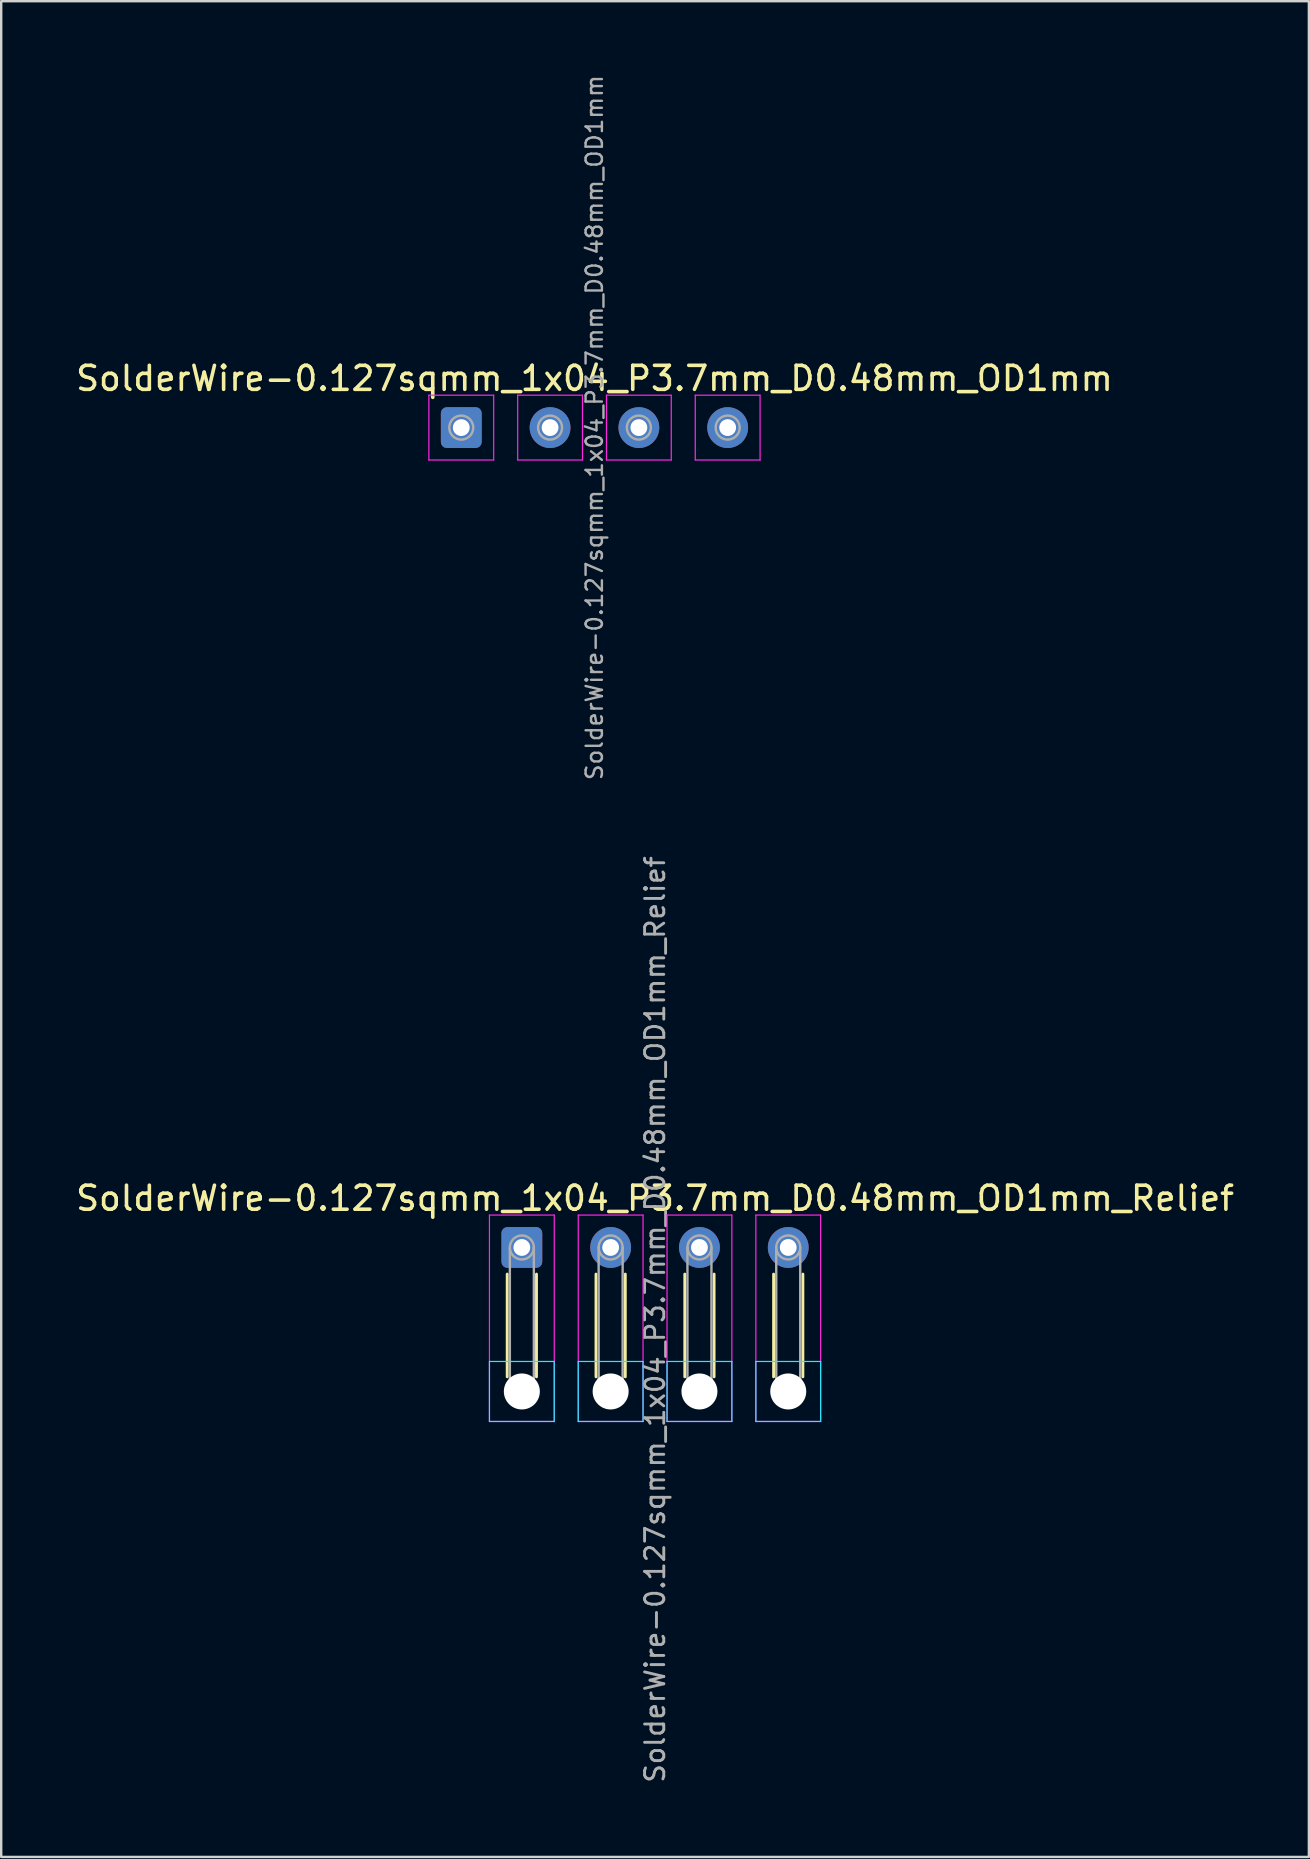
<source format=kicad_pcb>
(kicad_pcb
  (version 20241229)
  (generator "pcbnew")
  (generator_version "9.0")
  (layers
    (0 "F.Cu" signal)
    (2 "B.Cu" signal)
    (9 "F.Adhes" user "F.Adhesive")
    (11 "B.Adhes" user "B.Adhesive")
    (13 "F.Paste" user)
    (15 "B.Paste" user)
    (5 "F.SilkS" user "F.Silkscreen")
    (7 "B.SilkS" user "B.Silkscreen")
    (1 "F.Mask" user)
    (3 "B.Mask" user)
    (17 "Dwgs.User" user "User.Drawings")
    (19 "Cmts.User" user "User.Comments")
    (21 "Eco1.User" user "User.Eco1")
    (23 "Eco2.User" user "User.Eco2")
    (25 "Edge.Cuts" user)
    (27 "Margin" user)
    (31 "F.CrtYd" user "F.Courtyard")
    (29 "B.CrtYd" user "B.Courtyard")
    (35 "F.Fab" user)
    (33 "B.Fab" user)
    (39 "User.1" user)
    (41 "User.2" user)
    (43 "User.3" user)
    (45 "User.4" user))
  (footprint "SolderWire-0.127sqmm_1x04_P3.7mm_D0.48mm_OD1mm_Relief"
    (layer "F.Cu")
    (at 18.694 48.929)
    (property "Reference" "SolderWire-0.127sqmm_1x04_P3.7mm_D0.48mm_OD1mm_Relief" (at 5.55 -2.05 0) (layer "F.SilkS") (effects (font (size 1 1) (thickness 0.15))))
    (attr exclude_from_pos_files exclude_from_bom)
    (fp_line (start -0.61 1.11) (end -0.61 5.39) (stroke (width 0.12) (type solid)) (layer "F.SilkS"))
    (fp_line (start 0.61 1.11) (end 0.61 5.39) (stroke (width 0.12) (type solid)) (layer "F.SilkS"))
    (fp_line (start 3.09 1.11) (end 3.09 5.39) (stroke (width 0.12) (type solid)) (layer "F.SilkS"))
    (fp_line (start 4.31 1.11) (end 4.31 5.39) (stroke (width 0.12) (type solid)) (layer "F.SilkS"))
    (fp_line (start 6.79 1.11) (end 6.79 5.39) (stroke (width 0.12) (type solid)) (layer "F.SilkS"))
    (fp_line (start 8.01 1.11) (end 8.01 5.39) (stroke (width 0.12) (type solid)) (layer "F.SilkS"))
    (fp_line (start 10.49 1.11) (end 10.49 5.39) (stroke (width 0.12) (type solid)) (layer "F.SilkS"))
    (fp_line (start 11.71 1.11) (end 11.71 5.39) (stroke (width 0.12) (type solid)) (layer "F.SilkS"))
    (fp_line (start -1.35 4.75) (end -1.35 7.25) (stroke (width 0.05) (type solid)) (layer "B.CrtYd"))
    (fp_line (start -1.35 7.25) (end 1.35 7.25) (stroke (width 0.05) (type solid)) (layer "B.CrtYd"))
    (fp_line (start 1.35 4.75) (end -1.35 4.75) (stroke (width 0.05) (type solid)) (layer "B.CrtYd"))
    (fp_line (start 1.35 7.25) (end 1.35 4.75) (stroke (width 0.05) (type solid)) (layer "B.CrtYd"))
    (fp_line (start 2.35 4.75) (end 2.35 7.25) (stroke (width 0.05) (type solid)) (layer "B.CrtYd"))
    (fp_line (start 2.35 7.25) (end 5.05 7.25) (stroke (width 0.05) (type solid)) (layer "B.CrtYd"))
    (fp_line (start 5.05 4.75) (end 2.35 4.75) (stroke (width 0.05) (type solid)) (layer "B.CrtYd"))
    (fp_line (start 5.05 7.25) (end 5.05 4.75) (stroke (width 0.05) (type solid)) (layer "B.CrtYd"))
    (fp_line (start 6.05 4.75) (end 6.05 7.25) (stroke (width 0.05) (type solid)) (layer "B.CrtYd"))
    (fp_line (start 6.05 7.25) (end 8.75 7.25) (stroke (width 0.05) (type solid)) (layer "B.CrtYd"))
    (fp_line (start 8.75 4.75) (end 6.05 4.75) (stroke (width 0.05) (type solid)) (layer "B.CrtYd"))
    (fp_line (start 8.75 7.25) (end 8.75 4.75) (stroke (width 0.05) (type solid)) (layer "B.CrtYd"))
    (fp_line (start 9.75 4.75) (end 9.75 7.25) (stroke (width 0.05) (type solid)) (layer "B.CrtYd"))
    (fp_line (start 9.75 7.25) (end 12.45 7.25) (stroke (width 0.05) (type solid)) (layer "B.CrtYd"))
    (fp_line (start 12.45 4.75) (end 9.75 4.75) (stroke (width 0.05) (type solid)) (layer "B.CrtYd"))
    (fp_line (start 12.45 7.25) (end 12.45 4.75) (stroke (width 0.05) (type solid)) (layer "B.CrtYd"))
    (fp_line (start -1.35 -1.35) (end -1.35 7.25) (stroke (width 0.05) (type solid)) (layer "F.CrtYd"))
    (fp_line (start -1.35 7.25) (end 1.35 7.25) (stroke (width 0.05) (type solid)) (layer "F.CrtYd"))
    (fp_line (start 1.35 -1.35) (end -1.35 -1.35) (stroke (width 0.05) (type solid)) (layer "F.CrtYd"))
    (fp_line (start 1.35 7.25) (end 1.35 -1.35) (stroke (width 0.05) (type solid)) (layer "F.CrtYd"))
    (fp_line (start 2.35 -1.35) (end 2.35 7.25) (stroke (width 0.05) (type solid)) (layer "F.CrtYd"))
    (fp_line (start 2.35 7.25) (end 5.05 7.25) (stroke (width 0.05) (type solid)) (layer "F.CrtYd"))
    (fp_line (start 5.05 -1.35) (end 2.35 -1.35) (stroke (width 0.05) (type solid)) (layer "F.CrtYd"))
    (fp_line (start 5.05 7.25) (end 5.05 -1.35) (stroke (width 0.05) (type solid)) (layer "F.CrtYd"))
    (fp_line (start 6.05 -1.35) (end 6.05 7.25) (stroke (width 0.05) (type solid)) (layer "F.CrtYd"))
    (fp_line (start 6.05 7.25) (end 8.75 7.25) (stroke (width 0.05) (type solid)) (layer "F.CrtYd"))
    (fp_line (start 8.75 -1.35) (end 6.05 -1.35) (stroke (width 0.05) (type solid)) (layer "F.CrtYd"))
    (fp_line (start 8.75 7.25) (end 8.75 -1.35) (stroke (width 0.05) (type solid)) (layer "F.CrtYd"))
    (fp_line (start 9.75 -1.35) (end 9.75 7.25) (stroke (width 0.05) (type solid)) (layer "F.CrtYd"))
    (fp_line (start 9.75 7.25) (end 12.45 7.25) (stroke (width 0.05) (type solid)) (layer "F.CrtYd"))
    (fp_line (start 12.45 -1.35) (end 9.75 -1.35) (stroke (width 0.05) (type solid)) (layer "F.CrtYd"))
    (fp_line (start 12.45 7.25) (end 12.45 -1.35) (stroke (width 0.05) (type solid)) (layer "F.CrtYd"))
    (fp_line (start -0.5 0) (end -0.5 6) (stroke (width 0.1) (type solid)) (layer "F.Fab"))
    (fp_line (start 0.5 0) (end 0.5 6) (stroke (width 0.1) (type solid)) (layer "F.Fab"))
    (fp_line (start 3.2 0) (end 3.2 6) (stroke (width 0.1) (type solid)) (layer "F.Fab"))
    (fp_line (start 4.2 0) (end 4.2 6) (stroke (width 0.1) (type solid)) (layer "F.Fab"))
    (fp_line (start 6.9 0) (end 6.9 6) (stroke (width 0.1) (type solid)) (layer "F.Fab"))
    (fp_line (start 7.9 0) (end 7.9 6) (stroke (width 0.1) (type solid)) (layer "F.Fab"))
    (fp_line (start 10.6 0) (end 10.6 6) (stroke (width 0.1) (type solid)) (layer "F.Fab"))
    (fp_line (start 11.6 0) (end 11.6 6) (stroke (width 0.1) (type solid)) (layer "F.Fab"))
    (fp_circle (center 0 0) (end 0.5 0) (stroke (width 0.1) (type solid)) (fill no) (layer "F.Fab"))
    (fp_circle (center 0 6) (end 0.5 6) (stroke (width 0.1) (type solid)) (fill no) (layer "F.Fab"))
    (fp_circle (center 3.7 0) (end 4.2 0) (stroke (width 0.1) (type solid)) (fill no) (layer "F.Fab"))
    (fp_circle (center 3.7 6) (end 4.2 6) (stroke (width 0.1) (type solid)) (fill no) (layer "F.Fab"))
    (fp_circle (center 7.4 0) (end 7.9 0) (stroke (width 0.1) (type solid)) (fill no) (layer "F.Fab"))
    (fp_circle (center 7.4 6) (end 7.9 6) (stroke (width 0.1) (type solid)) (fill no) (layer "F.Fab"))
    (fp_circle (center 11.1 0) (end 11.6 0) (stroke (width 0.1) (type solid)) (fill no) (layer "F.Fab"))
    (fp_circle (center 11.1 6) (end 11.6 6) (stroke (width 0.1) (type solid)) (fill no) (layer "F.Fab"))
    (fp_text user "${REFERENCE}" (at 5.55 3 90) (layer "F.Fab") (effects (font (size 0.8 0.8) (thickness 0.12))))
    (pad "" np_thru_hole circle (at 0 6) (size 1.5 1.5) (drill 1.5) (layers "*.Cu" "*.Mask"))
    (pad "" np_thru_hole circle (at 3.7 6) (size 1.5 1.5) (drill 1.5) (layers "*.Cu" "*.Mask"))
    (pad "" np_thru_hole circle (at 7.4 6) (size 1.5 1.5) (drill 1.5) (layers "*.Cu" "*.Mask"))
    (pad "" np_thru_hole circle (at 11.1 6) (size 1.5 1.5) (drill 1.5) (layers "*.Cu" "*.Mask"))
    (pad "1" thru_hole roundrect (at 0 0) (size 1.7 1.7) (drill 0.7) (layers "*.Cu" "*.Mask") (roundrect_rratio 0.147))
    (pad "2" thru_hole circle (at 3.7 0) (size 1.7 1.7) (drill 0.7) (layers "*.Cu" "*.Mask"))
    (pad "3" thru_hole circle (at 7.4 0) (size 1.7 1.7) (drill 0.7) (layers "*.Cu" "*.Mask"))
    (pad "4" thru_hole circle (at 11.1 0) (size 1.7 1.7) (drill 0.7) (layers "*.Cu" "*.Mask")))
  (footprint "SolderWire-0.127sqmm_1x04_P3.7mm_D0.48mm_OD1mm"
    (layer "F.Cu")
    (at 16.17 14.767)
    (property "Reference" "SolderWire-0.127sqmm_1x04_P3.7mm_D0.48mm_OD1mm" (at 5.55 -2.05 0) (layer "F.SilkS") (effects (font (size 1 1) (thickness 0.15))))
    (attr exclude_from_pos_files exclude_from_bom)
    (fp_line (start -1.35 -1.35) (end -1.35 1.35) (stroke (width 0.05) (type solid)) (layer "F.CrtYd"))
    (fp_line (start -1.35 1.35) (end 1.35 1.35) (stroke (width 0.05) (type solid)) (layer "F.CrtYd"))
    (fp_line (start 1.35 -1.35) (end -1.35 -1.35) (stroke (width 0.05) (type solid)) (layer "F.CrtYd"))
    (fp_line (start 1.35 1.35) (end 1.35 -1.35) (stroke (width 0.05) (type solid)) (layer "F.CrtYd"))
    (fp_line (start 2.35 -1.35) (end 2.35 1.35) (stroke (width 0.05) (type solid)) (layer "F.CrtYd"))
    (fp_line (start 2.35 1.35) (end 5.05 1.35) (stroke (width 0.05) (type solid)) (layer "F.CrtYd"))
    (fp_line (start 5.05 -1.35) (end 2.35 -1.35) (stroke (width 0.05) (type solid)) (layer "F.CrtYd"))
    (fp_line (start 5.05 1.35) (end 5.05 -1.35) (stroke (width 0.05) (type solid)) (layer "F.CrtYd"))
    (fp_line (start 6.05 -1.35) (end 6.05 1.35) (stroke (width 0.05) (type solid)) (layer "F.CrtYd"))
    (fp_line (start 6.05 1.35) (end 8.75 1.35) (stroke (width 0.05) (type solid)) (layer "F.CrtYd"))
    (fp_line (start 8.75 -1.35) (end 6.05 -1.35) (stroke (width 0.05) (type solid)) (layer "F.CrtYd"))
    (fp_line (start 8.75 1.35) (end 8.75 -1.35) (stroke (width 0.05) (type solid)) (layer "F.CrtYd"))
    (fp_line (start 9.75 -1.35) (end 9.75 1.35) (stroke (width 0.05) (type solid)) (layer "F.CrtYd"))
    (fp_line (start 9.75 1.35) (end 12.45 1.35) (stroke (width 0.05) (type solid)) (layer "F.CrtYd"))
    (fp_line (start 12.45 -1.35) (end 9.75 -1.35) (stroke (width 0.05) (type solid)) (layer "F.CrtYd"))
    (fp_line (start 12.45 1.35) (end 12.45 -1.35) (stroke (width 0.05) (type solid)) (layer "F.CrtYd"))
    (fp_circle (center 0 0) (end 0.5 0) (stroke (width 0.1) (type solid)) (fill no) (layer "F.Fab"))
    (fp_circle (center 3.7 0) (end 4.2 0) (stroke (width 0.1) (type solid)) (fill no) (layer "F.Fab"))
    (fp_circle (center 7.4 0) (end 7.9 0) (stroke (width 0.1) (type solid)) (fill no) (layer "F.Fab"))
    (fp_circle (center 11.1 0) (end 11.6 0) (stroke (width 0.1) (type solid)) (fill no) (layer "F.Fab"))
    (fp_text user "${REFERENCE}" (at 5.55 0 90) (layer "F.Fab") (effects (font (size 0.68 0.68) (thickness 0.1))))
    (pad "1" thru_hole roundrect (at 0 0) (size 1.7 1.7) (drill 0.7) (layers "*.Cu" "*.Mask") (roundrect_rratio 0.147))
    (pad "2" thru_hole circle (at 3.7 0) (size 1.7 1.7) (drill 0.7) (layers "*.Cu" "*.Mask"))
    (pad "3" thru_hole circle (at 7.4 0) (size 1.7 1.7) (drill 0.7) (layers "*.Cu" "*.Mask"))
    (pad "4" thru_hole circle (at 11.1 0) (size 1.7 1.7) (drill 0.7) (layers "*.Cu" "*.Mask")))
  (gr_rect
    (start -3 -3)
    (end 51.488 74.324)
    (stroke (width 0.1) (type default))
    (fill no)
    (layer "Edge.Cuts")))
</source>
